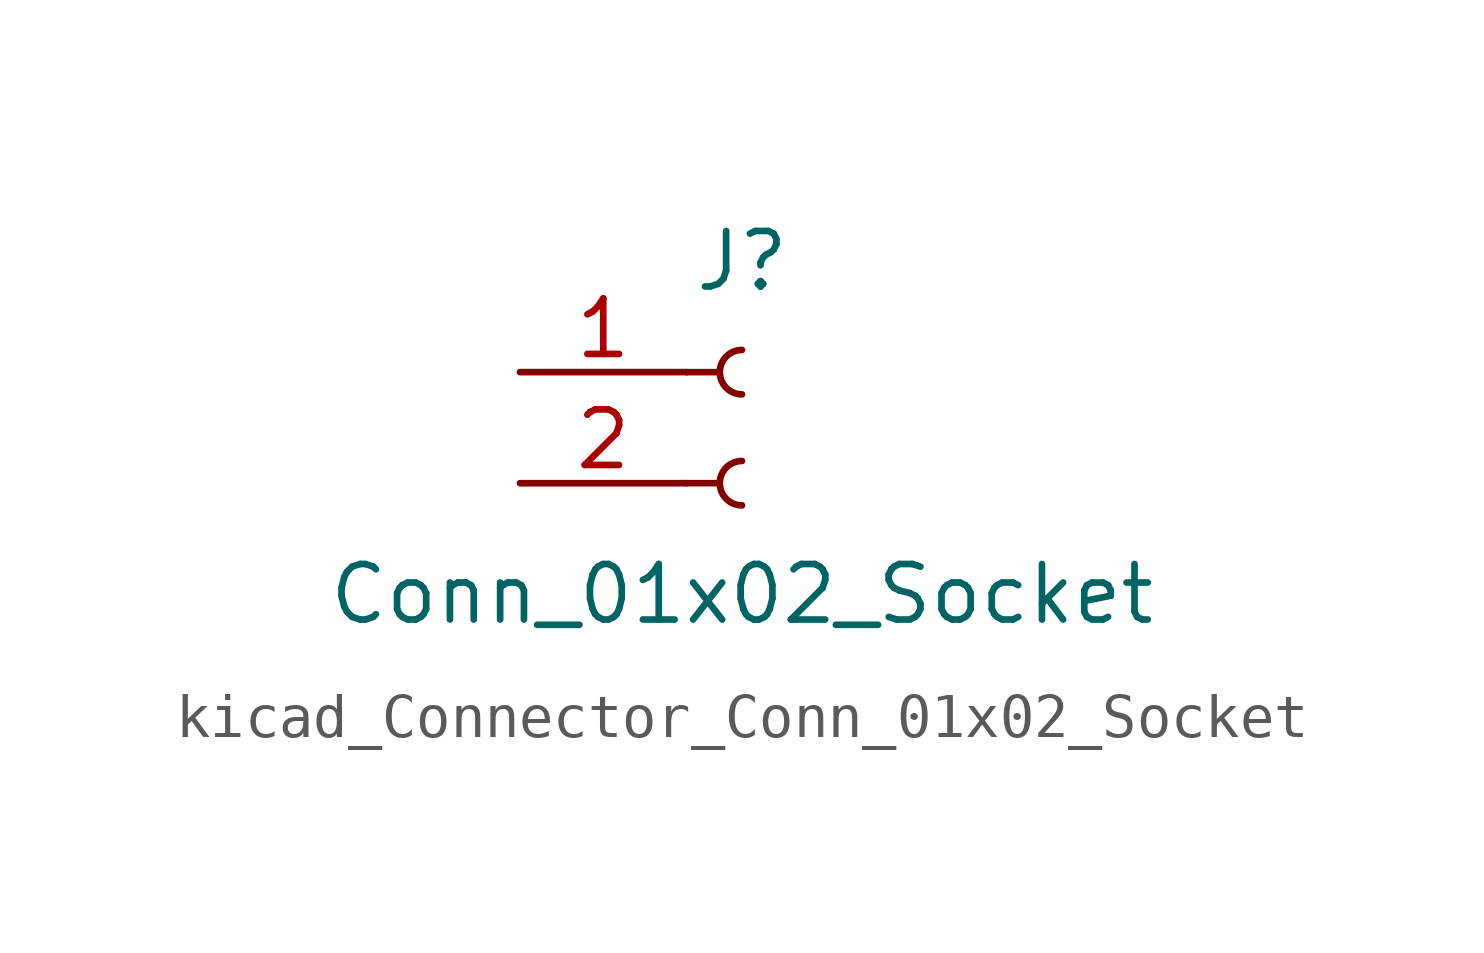
<source format=kicad_sym>
(kicad_symbol_lib
  (version 20220914)
  (generator kicad_symbol_editor)
  (symbol "kicad_Connector_Conn_01x02_Socket"
    (pin_names
      (offset 1.016) hide)
    (property "Reference" "J"
      (at 0 2.54 0)
      (effects (font (size 1.27 1.27))))
    (property "Value" "Conn_01x02_Socket"
      (at 0 -5.08 0)
      (effects (font (size 1.27 1.27))))
    (property "ki_locked" ""
      (at 0 0 0)
      (effects (font (size 1.27 1.27))))
    (symbol "kicad_Connector_Conn_01x02_Socket_1_1"
      (arc (start 0 -2.032) (mid -0.5058 -2.54) (end 0 -3.048) (stroke (width 0.1524) (type default)) (fill (type none)))
      (polyline (pts (xy -1.27 -2.54) (xy -0.508 -2.54)) (stroke (width 0.152) (type default)) (fill (type none)))
      (polyline (pts (xy -1.27 0) (xy -0.508 0)) (stroke (width 0.152) (type default)) (fill (type none)))
      (arc (start 0 0.508) (mid -0.5058 0) (end 0 -0.508) (stroke (width 0.1524) (type default)) (fill (type none)))
      (pin passive line (at -5.08 0 0) (length 3.81) (name "Pin_1" (effects (font (size 1.27 1.27)))) (number "1" (effects (font (size 1.27 1.27)))))
      (pin passive line (at -5.08 -2.54 0) (length 3.81) (name "Pin_2" (effects (font (size 1.27 1.27)))) (number "2" (effects (font (size 1.27 1.27))))))))
</source>
